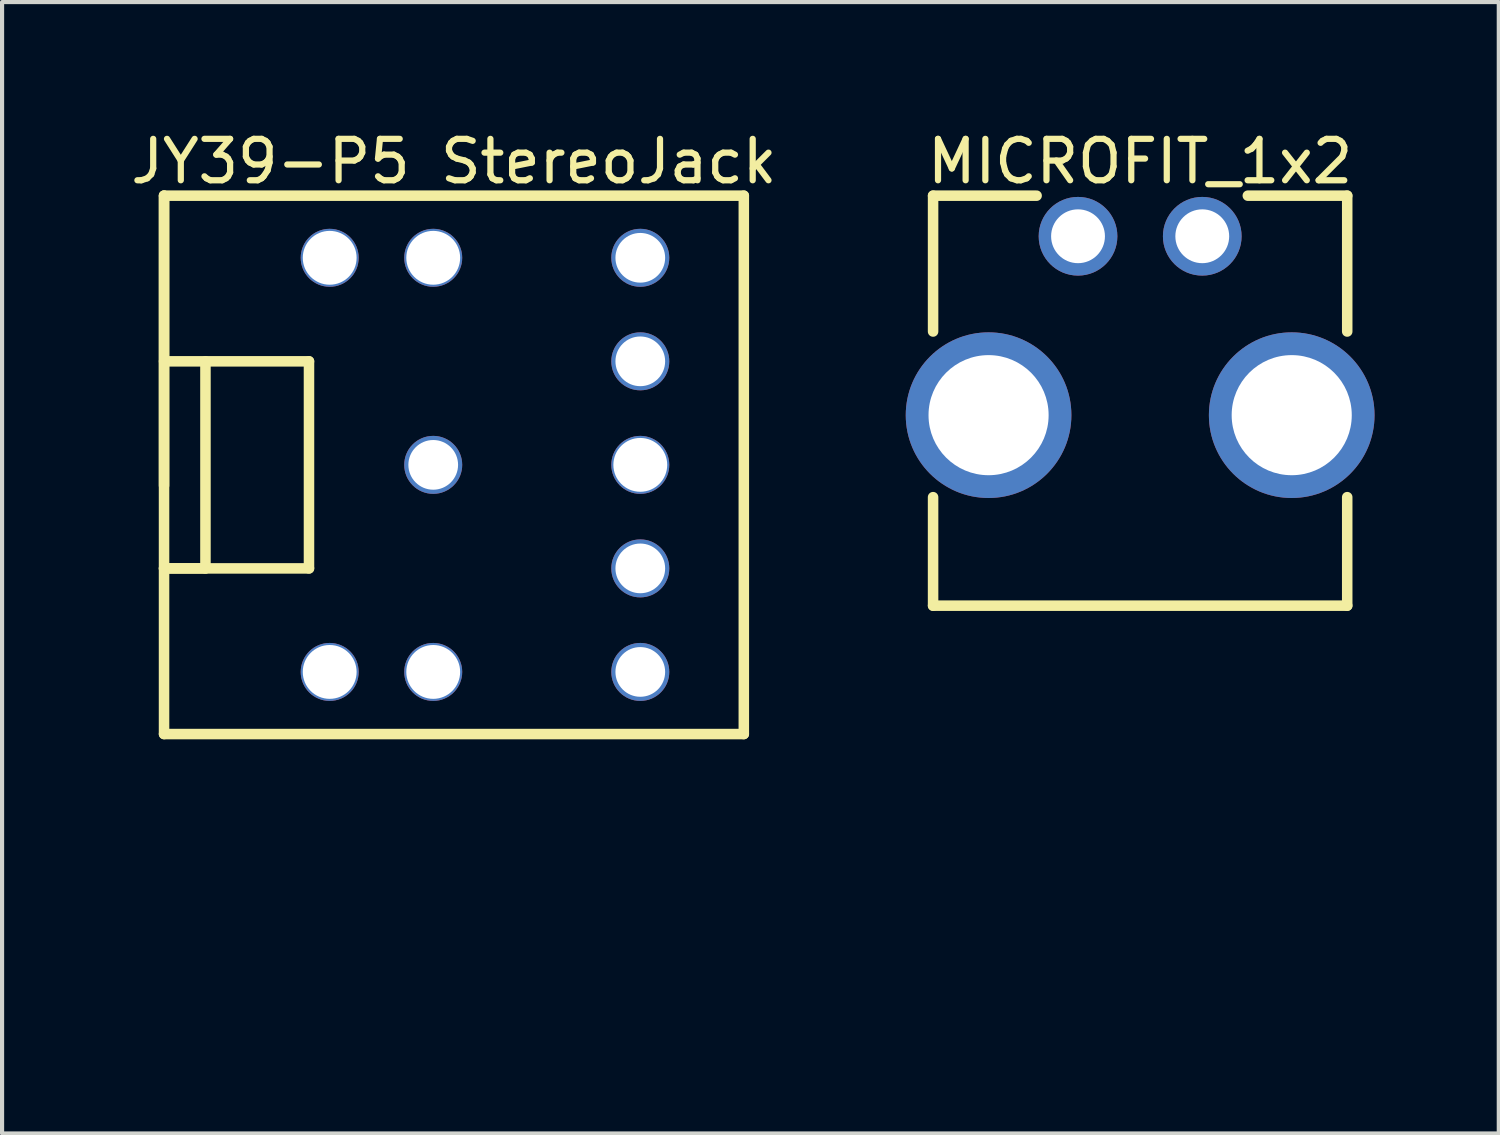
<source format=kicad_pcb>
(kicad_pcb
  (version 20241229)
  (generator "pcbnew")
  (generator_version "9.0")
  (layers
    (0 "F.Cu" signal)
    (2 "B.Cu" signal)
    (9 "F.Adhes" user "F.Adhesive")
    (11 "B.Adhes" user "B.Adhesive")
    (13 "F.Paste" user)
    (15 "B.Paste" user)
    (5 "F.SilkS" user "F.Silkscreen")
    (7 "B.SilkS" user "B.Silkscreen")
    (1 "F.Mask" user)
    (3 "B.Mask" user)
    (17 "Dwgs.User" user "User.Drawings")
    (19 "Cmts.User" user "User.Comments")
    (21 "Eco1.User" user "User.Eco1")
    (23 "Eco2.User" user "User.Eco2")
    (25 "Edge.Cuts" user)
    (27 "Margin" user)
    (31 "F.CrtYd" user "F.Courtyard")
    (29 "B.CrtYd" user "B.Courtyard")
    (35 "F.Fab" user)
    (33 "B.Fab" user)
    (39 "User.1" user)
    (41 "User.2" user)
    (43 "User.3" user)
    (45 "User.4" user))
  (footprint "MICROFIT_1x2"
    (layer "F.Cu")
    (at 24.481 2.655)
    (property "Reference" "MICROFIT_1x2" (at 0 -1.807 0) (layer "F.SilkS") (effects (font (size 1 1) (thickness 0.15))))
    (fp_line (start -5 -0.98) (end -2.5 -0.98) (stroke (width 0.254) (type solid)) (layer "F.SilkS"))
    (fp_line (start -5 2.3) (end -5 -0.98) (stroke (width 0.254) (type solid)) (layer "F.SilkS"))
    (fp_line (start -5 8.92) (end -5 6.3) (stroke (width 0.254) (type solid)) (layer "F.SilkS"))
    (fp_line (start -5 8.92) (end 5 8.92) (stroke (width 0.254) (type solid)) (layer "F.SilkS"))
    (fp_line (start 2.6 -0.98) (end 5 -0.98) (stroke (width 0.254) (type solid)) (layer "F.SilkS"))
    (fp_line (start 5 2.3) (end 5 -0.98) (stroke (width 0.254) (type solid)) (layer "F.SilkS"))
    (fp_line (start 5 8.92) (end 5 6.3) (stroke (width 0.254) (type solid)) (layer "F.SilkS"))
    (fp_line (start -4.978 -0.991) (end 4.978 -0.991) (stroke (width 0.254) (type solid)) (layer "Eco2.User"))
    (fp_line (start -4.978 8.89) (end -4.978 -0.991) (stroke (width 0.254) (type solid)) (layer "Eco2.User"))
    (fp_line (start -4.978 8.89) (end 5.004 8.89) (stroke (width 0.254) (type solid)) (layer "Eco2.User"))
    (fp_line (start 4.978 -0.991) (end 5.004 -0.965) (stroke (width 0.254) (type solid)) (layer "Eco2.User"))
    (fp_line (start 5.004 8.89) (end 5.004 -0.965) (stroke (width 0.254) (type solid)) (layer "Eco2.User"))
    (fp_text_box "${REFERENCE}" (start 1.676 2.87) (end -0.864 18.613) (margins 0 0 0 0) (angle 270) (layer "Eco2.User") (effects (font (size 1.524 1.524) (thickness 0.254)) (justify left top)) (border no) (stroke (width 0.1) (type default)))
    (pad "" thru_hole circle (at -3.66 4.32) (size 4 4) (drill 2.9) (layers "*.Cu" "*.Mask"))
    (pad "" thru_hole circle (at 3.66 4.32) (size 4 4) (drill 2.9) (layers "*.Cu" "*.Mask"))
    (pad "1" thru_hole circle (at -1.5 0) (size 1.9 1.9) (drill 1.3) (layers "*.Cu" "*.Mask"))
    (pad "2" thru_hole circle (at 1.5 0) (size 1.9 1.9) (drill 1.3) (layers "*.Cu" "*.Mask")))
  (footprint "JY39-P5 StereoJack"
    (layer "F.Cu")
    (at 12.411 8.175)
    (property "Reference" "JY39-P5 StereoJack" (at -4.5 -7.327 0) (layer "F.SilkS") (effects (font (size 1 1) (thickness 0.15))))
    (fp_line (start -11.5 -6.5) (end 2.5 -6.5) (stroke (width 0.254) (type solid)) (layer "F.SilkS"))
    (fp_line (start -11.5 -2.5) (end -8 -2.5) (stroke (width 0.254) (type solid)) (layer "F.SilkS"))
    (fp_line (start -11.5 0.5) (end -11.5 -6.5) (stroke (width 0.254) (type solid)) (layer "F.SilkS"))
    (fp_line (start -11.5 2.5) (end -10.5 2.5) (stroke (width 0.254) (type solid)) (layer "F.SilkS"))
    (fp_line (start -11.5 2.5) (end -8 2.5) (stroke (width 0.254) (type solid)) (layer "F.SilkS"))
    (fp_line (start -11.5 6.5) (end -11.5 -6.5) (stroke (width 0.254) (type solid)) (layer "F.SilkS"))
    (fp_line (start -11.5 6.5) (end 2.5 6.5) (stroke (width 0.254) (type solid)) (layer "F.SilkS"))
    (fp_line (start -10.5 2.5) (end -10.5 -2.5) (stroke (width 0.254) (type solid)) (layer "F.SilkS"))
    (fp_line (start -8 2.5) (end -8 -2.5) (stroke (width 0.254) (type solid)) (layer "F.SilkS"))
    (fp_line (start 2.5 6.5) (end 2.5 -6.5) (stroke (width 0.254) (type solid)) (layer "F.SilkS"))
    (pad "1" thru_hole circle (at -5 0 90) (size 1.4 1.4) (drill 1.2) (layers "*.Cu" "*.Mask"))
    (pad "2" thru_hole circle (at 0 5) (size 1.4 1.4) (drill 1.2) (layers "*.Cu" "*.Mask"))
    (pad "3" thru_hole circle (at 0 2.5) (size 1.4 1.4) (drill 1.2) (layers "*.Cu" "*.Mask"))
    (pad "4" thru_hole circle (at 0 -2.5) (size 1.4 1.4) (drill 1.2) (layers "*.Cu" "*.Mask"))
    (pad "5" thru_hole circle (at 0 -5) (size 1.4 1.4) (drill 1.2) (layers "*.Cu" "*.Mask"))
    (pad "P1" thru_hole circle (at 0 0) (size 1.4 1.4) (drill 1.3) (layers "*.Cu" "*.Mask"))
    (pad "P2" thru_hole circle (at -5 -5) (size 1.4 1.4) (drill 1.3) (layers "*.Cu" "*.Mask"))
    (pad "P3" thru_hole circle (at -7.5 -5) (size 1.4 1.4) (drill 1.3) (layers "*.Cu" "*.Mask"))
    (pad "P4" thru_hole circle (at -5 5) (size 1.4 1.4) (drill 1.3) (layers "*.Cu" "*.Mask"))
    (pad "P5" thru_hole circle (at -7.5 5) (size 1.4 1.4) (drill 1.3) (layers "*.Cu" "*.Mask")))
  (gr_rect
    (start -3 -3)
    (end 33.141 24.319)
    (stroke (width 0.1) (type default))
    (fill no)
    (layer "Edge.Cuts")))
</source>
